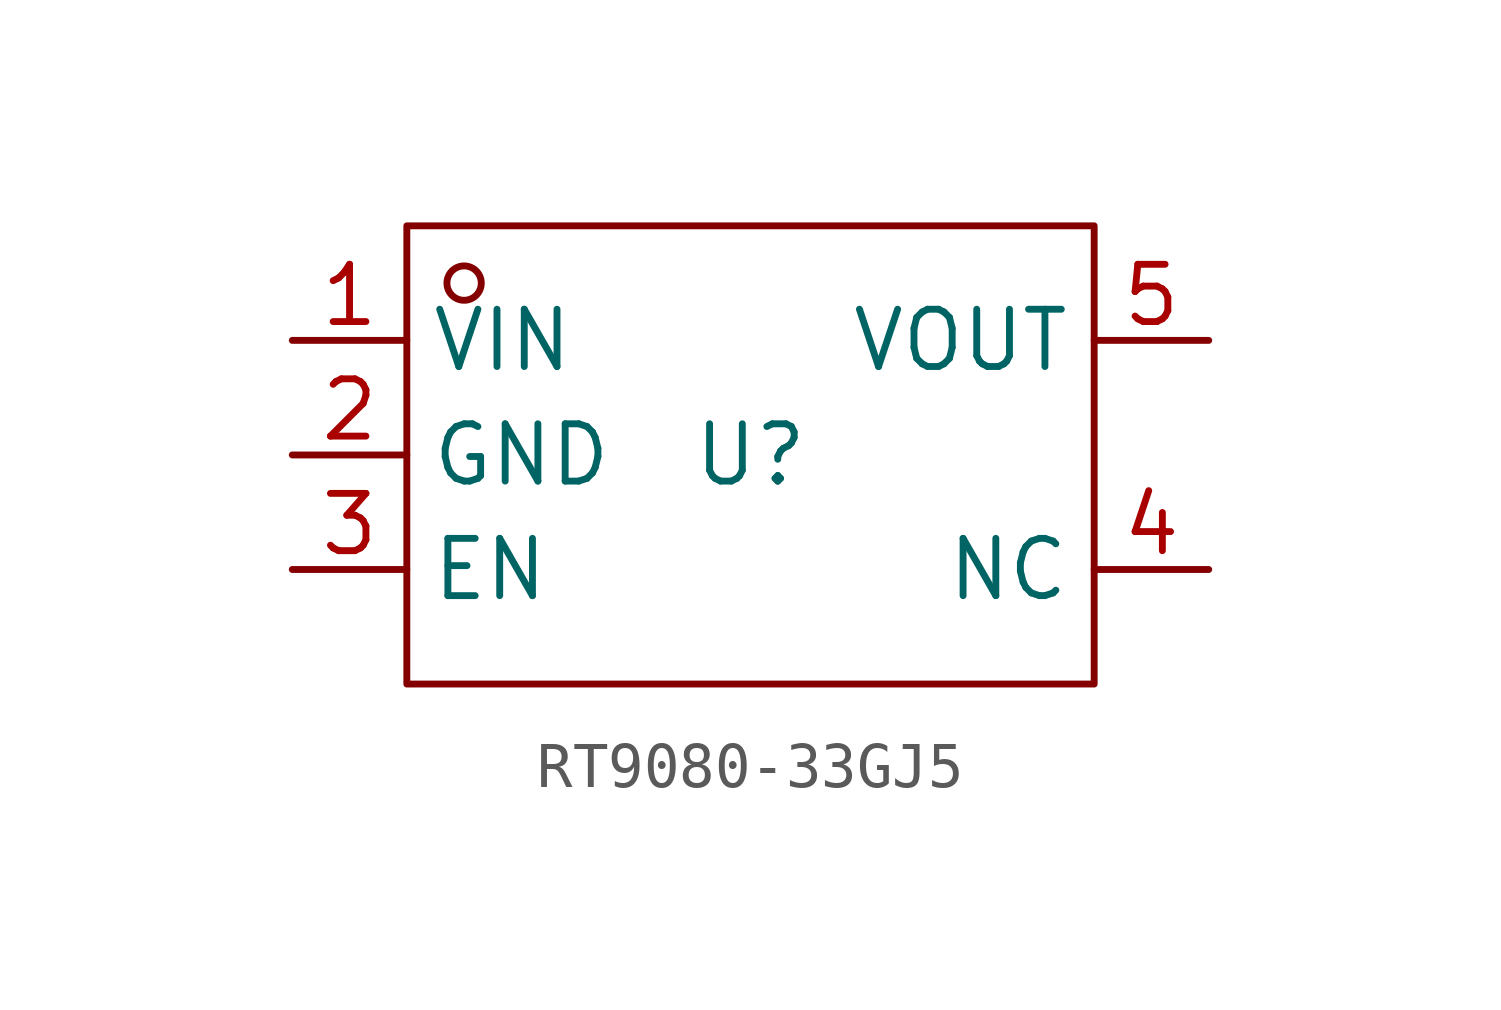
<source format=kicad_sym>
(kicad_symbol_lib
  (version 20241209)
  (generator "kicad_symbol_editor")
  (generator_version "9.0")
  (symbol "RT9080-33GJ5"
    (property "Reference" "U"
      (at 0 0 0)
      (effects (font (size 1.27 1.27))))
    (property "Value" ""
      (at 0 0 0)
      (effects (font (size 1.27 1.27))))
    (symbol "RT9080-33GJ5_1_0"
      (rectangle (start -7.62 -5.08) (end 7.62 5.08) (stroke (width 0) (type default)) (fill (type none)))
      (circle (center -6.35 3.81) (radius 0.381) (stroke (width 0) (type default)) (fill (type none)))
      (pin unspecified line (at -10.16 2.54 0) (length 2.54) (name "VIN" (effects (font (size 1.27 1.27)))) (number "1" (effects (font (size 1.27 1.27)))))
      (pin unspecified line (at -10.16 0 0) (length 2.54) (name "GND" (effects (font (size 1.27 1.27)))) (number "2" (effects (font (size 1.27 1.27)))))
      (pin unspecified line (at -10.16 -2.54 0) (length 2.54) (name "EN" (effects (font (size 1.27 1.27)))) (number "3" (effects (font (size 1.27 1.27)))))
      (pin unspecified line (at 10.16 2.54 180) (length 2.54) (name "VOUT" (effects (font (size 1.27 1.27)))) (number "5" (effects (font (size 1.27 1.27)))))
      (pin unspecified line (at 10.16 -2.54 180) (length 2.54) (name "NC" (effects (font (size 1.27 1.27)))) (number "4" (effects (font (size 1.27 1.27))))))))
</source>
